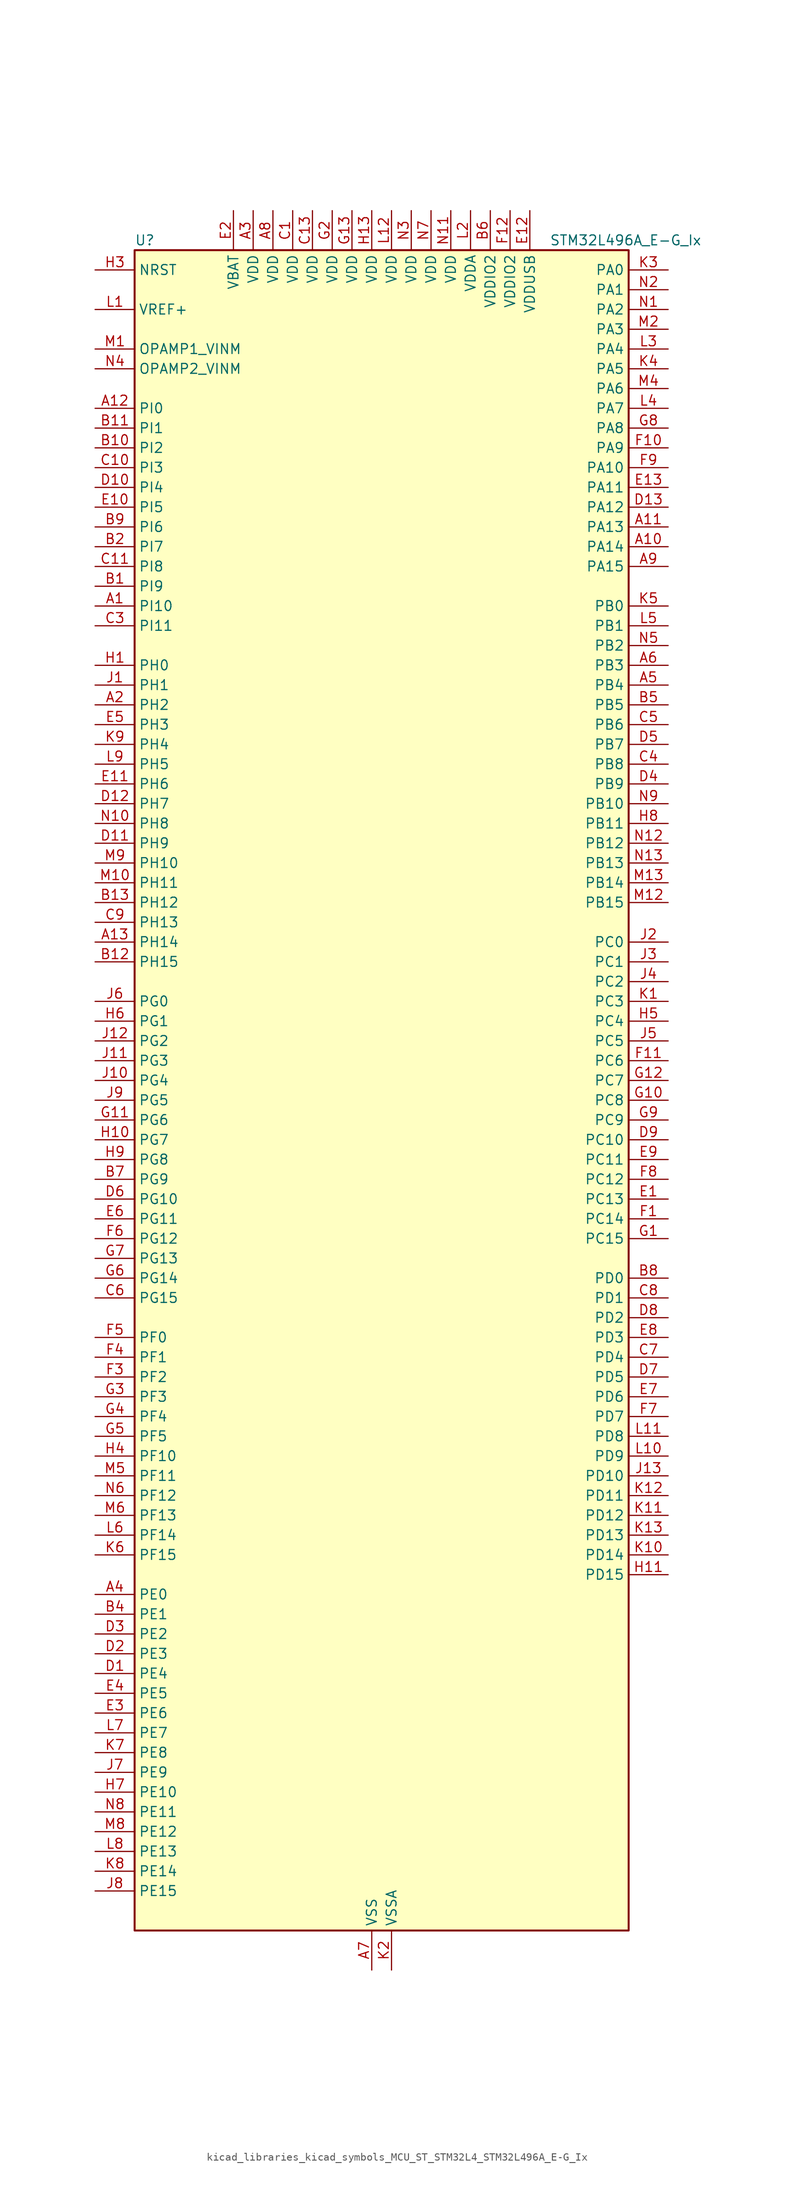
<source format=kicad_sym>
(kicad_symbol_lib
  (version 20220914)
  (generator kicad_symbol_editor)
  (symbol "kicad_libraries_kicad_symbols_MCU_ST_STM32L4_STM32L496A_E-G_Ix"
    (property "Reference" "U"
      (at -30.48 110.49 0)
      (effects (font (size 1.27 1.27)) (justify left)))
    (property "Value" "STM32L496A_E-G_Ix"
      (at 22.86 110.49 0)
      (effects (font (size 1.27 1.27)) (justify left)))
    (property "ki_locked" ""
      (at 0 0 0)
      (effects (font (size 1.27 1.27))))
    (symbol "kicad_libraries_kicad_symbols_MCU_ST_STM32L4_STM32L496A_E-G_Ix_0_1"
      (rectangle (start -30.48 -106.68) (end 33.02 109.22) (stroke (width 0.254) (type default)) (fill (type background))))
    (symbol "kicad_libraries_kicad_symbols_MCU_ST_STM32L4_STM32L496A_E-G_Ix_1_1"
      (pin bidirectional line (at -35.56 63.5 0) (length 5.08) (name "PI10" (effects (font (size 1.27 1.27)))) (number "A1" (effects (font (size 1.27 1.27)))))
      (pin bidirectional line (at 38.1 71.12 180) (length 5.08) (name "PA14" (effects (font (size 1.27 1.27)))) (number "A10" (effects (font (size 1.27 1.27)))) (alternate "I2C1_SMBA" bidirectional line) (alternate "I2C4_SMBA" bidirectional line) (alternate "LPTIM1_OUT" bidirectional line) (alternate "SAI1_FS_B" bidirectional line) (alternate "SWPMI1_RX" bidirectional line) (alternate "SYS_JTCK-SWCLK" bidirectional line) (alternate "USB_OTG_FS_SOF" bidirectional line))
      (pin bidirectional line (at 38.1 73.66 180) (length 5.08) (name "PA13" (effects (font (size 1.27 1.27)))) (number "A11" (effects (font (size 1.27 1.27)))) (alternate "IR_OUT" bidirectional line) (alternate "SAI1_SD_B" bidirectional line) (alternate "SWPMI1_TX" bidirectional line) (alternate "SYS_JTMS-SWDIO" bidirectional line) (alternate "USB_OTG_FS_NOE" bidirectional line))
      (pin bidirectional line (at -35.56 88.9 0) (length 5.08) (name "PI0" (effects (font (size 1.27 1.27)))) (number "A12" (effects (font (size 1.27 1.27)))) (alternate "DCMI_D13" bidirectional line) (alternate "SPI2_NSS" bidirectional line) (alternate "TIM5_CH4" bidirectional line))
      (pin bidirectional line (at -35.56 20.32 0) (length 5.08) (name "PH14" (effects (font (size 1.27 1.27)))) (number "A13" (effects (font (size 1.27 1.27)))) (alternate "DCMI_D4" bidirectional line) (alternate "TIM8_CH2N" bidirectional line))
      (pin bidirectional line (at -35.56 50.8 0) (length 5.08) (name "PH2" (effects (font (size 1.27 1.27)))) (number "A2" (effects (font (size 1.27 1.27)))) (alternate "QUADSPI_BK2_IO0" bidirectional line))
      (pin power_in line (at -15.24 114.3 270) (length 5.08) (name "VDD" (effects (font (size 1.27 1.27)))) (number "A3" (effects (font (size 1.27 1.27)))))
      (pin bidirectional line (at -35.56 -63.5 0) (length 5.08) (name "PE0" (effects (font (size 1.27 1.27)))) (number "A4" (effects (font (size 1.27 1.27)))) (alternate "DCMI_D2" bidirectional line) (alternate "FMC_NBL0" bidirectional line) (alternate "LCD_SEG36" bidirectional line) (alternate "TIM16_CH1" bidirectional line) (alternate "TIM4_ETR" bidirectional line))
      (pin bidirectional line (at 38.1 53.34 180) (length 5.08) (name "PB4" (effects (font (size 1.27 1.27)))) (number "A5" (effects (font (size 1.27 1.27)))) (alternate "COMP2_INP" bidirectional line) (alternate "DCMI_D12" bidirectional line) (alternate "I2C3_SDA" bidirectional line) (alternate "LCD_SEG8" bidirectional line) (alternate "SAI1_MCLK_B" bidirectional line) (alternate "SPI1_MISO" bidirectional line) (alternate "SPI3_MISO" bidirectional line) (alternate "SYS_JTRST" bidirectional line) (alternate "TIM17_BKIN" bidirectional line) (alternate "TIM3_CH1" bidirectional line) (alternate "TSC_G2_IO1" bidirectional line) (alternate "UART5_DE" bidirectional line) (alternate "UART5_RTS" bidirectional line) (alternate "USART1_CTS" bidirectional line))
      (pin bidirectional line (at 38.1 55.88 180) (length 5.08) (name "PB3" (effects (font (size 1.27 1.27)))) (number "A6" (effects (font (size 1.27 1.27)))) (alternate "COMP2_INM" bidirectional line) (alternate "CRS_SYNC" bidirectional line) (alternate "LCD_SEG7" bidirectional line) (alternate "SAI1_SCK_B" bidirectional line) (alternate "SPI1_SCK" bidirectional line) (alternate "SPI3_SCK" bidirectional line) (alternate "SYS_JTDO-SWO" bidirectional line) (alternate "TIM2_CH2" bidirectional line) (alternate "USART1_DE" bidirectional line) (alternate "USART1_RTS" bidirectional line))
      (pin power_in line (at 0 -111.76 90) (length 5.08) (name "VSS" (effects (font (size 1.27 1.27)))) (number "A7" (effects (font (size 1.27 1.27)))))
      (pin power_in line (at -12.7 114.3 270) (length 5.08) (name "VDD" (effects (font (size 1.27 1.27)))) (number "A8" (effects (font (size 1.27 1.27)))))
      (pin bidirectional line (at 38.1 68.58 180) (length 5.08) (name "PA15" (effects (font (size 1.27 1.27)))) (number "A9" (effects (font (size 1.27 1.27)))) (alternate "ADC1_EXTI15" bidirectional line) (alternate "ADC2_EXTI15" bidirectional line) (alternate "ADC3_EXTI15" bidirectional line) (alternate "LCD_SEG17" bidirectional line) (alternate "SAI2_FS_B" bidirectional line) (alternate "SPI1_NSS" bidirectional line) (alternate "SPI3_NSS" bidirectional line) (alternate "SWPMI1_SUSPEND" bidirectional line) (alternate "SYS_JTDI" bidirectional line) (alternate "TIM2_CH1" bidirectional line) (alternate "TIM2_ETR" bidirectional line) (alternate "TSC_G3_IO1" bidirectional line) (alternate "UART4_DE" bidirectional line) (alternate "UART4_RTS" bidirectional line) (alternate "USART2_RX" bidirectional line) (alternate "USART3_DE" bidirectional line) (alternate "USART3_RTS" bidirectional line))
      (pin bidirectional line (at -35.56 66.04 0) (length 5.08) (name "PI9" (effects (font (size 1.27 1.27)))) (number "B1" (effects (font (size 1.27 1.27)))) (alternate "CAN1_RX" bidirectional line) (alternate "DAC1_EXTI9" bidirectional line))
      (pin bidirectional line (at -35.56 83.82 0) (length 5.08) (name "PI2" (effects (font (size 1.27 1.27)))) (number "B10" (effects (font (size 1.27 1.27)))) (alternate "DCMI_D9" bidirectional line) (alternate "SPI2_MISO" bidirectional line) (alternate "TIM8_CH4" bidirectional line))
      (pin bidirectional line (at -35.56 86.36 0) (length 5.08) (name "PI1" (effects (font (size 1.27 1.27)))) (number "B11" (effects (font (size 1.27 1.27)))) (alternate "DCMI_D8" bidirectional line) (alternate "SPI2_SCK" bidirectional line))
      (pin bidirectional line (at -35.56 17.78 0) (length 5.08) (name "PH15" (effects (font (size 1.27 1.27)))) (number "B12" (effects (font (size 1.27 1.27)))) (alternate "ADC1_EXTI15" bidirectional line) (alternate "ADC2_EXTI15" bidirectional line) (alternate "ADC3_EXTI15" bidirectional line) (alternate "DCMI_D11" bidirectional line) (alternate "TIM8_CH3N" bidirectional line))
      (pin bidirectional line (at -35.56 25.4 0) (length 5.08) (name "PH12" (effects (font (size 1.27 1.27)))) (number "B13" (effects (font (size 1.27 1.27)))) (alternate "DCMI_D3" bidirectional line) (alternate "TIM5_CH3" bidirectional line))
      (pin bidirectional line (at -35.56 71.12 0) (length 5.08) (name "PI7" (effects (font (size 1.27 1.27)))) (number "B2" (effects (font (size 1.27 1.27)))) (alternate "DCMI_D7" bidirectional line) (alternate "TIM8_CH3" bidirectional line))
      (pin passive line (at 0 -111.76 90) (length 5.08) hide (name "VSS" (effects (font (size 1.27 1.27)))) (number "B3" (effects (font (size 1.27 1.27)))))
      (pin bidirectional line (at -35.56 -66.04 0) (length 5.08) (name "PE1" (effects (font (size 1.27 1.27)))) (number "B4" (effects (font (size 1.27 1.27)))) (alternate "DCMI_D3" bidirectional line) (alternate "FMC_NBL1" bidirectional line) (alternate "LCD_SEG37" bidirectional line) (alternate "TIM17_CH1" bidirectional line))
      (pin bidirectional line (at 38.1 50.8 180) (length 5.08) (name "PB5" (effects (font (size 1.27 1.27)))) (number "B5" (effects (font (size 1.27 1.27)))) (alternate "CAN2_RX" bidirectional line) (alternate "COMP2_OUT" bidirectional line) (alternate "DCMI_D10" bidirectional line) (alternate "I2C1_SMBA" bidirectional line) (alternate "LCD_SEG9" bidirectional line) (alternate "LPTIM1_IN1" bidirectional line) (alternate "SAI1_SD_B" bidirectional line) (alternate "SPI1_MOSI" bidirectional line) (alternate "SPI3_MOSI" bidirectional line) (alternate "TIM16_BKIN" bidirectional line) (alternate "TIM3_CH2" bidirectional line) (alternate "TSC_G2_IO2" bidirectional line) (alternate "UART5_CTS" bidirectional line) (alternate "USART1_CK" bidirectional line))
      (pin power_in line (at 15.24 114.3 270) (length 5.08) (name "VDDIO2" (effects (font (size 1.27 1.27)))) (number "B6" (effects (font (size 1.27 1.27)))))
      (pin bidirectional line (at -35.56 -10.16 0) (length 5.08) (name "PG9" (effects (font (size 1.27 1.27)))) (number "B7" (effects (font (size 1.27 1.27)))) (alternate "DAC1_EXTI9" bidirectional line) (alternate "FMC_NCE" bidirectional line) (alternate "FMC_NE2" bidirectional line) (alternate "SAI2_SCK_A" bidirectional line) (alternate "SPI3_SCK" bidirectional line) (alternate "TIM15_CH1N" bidirectional line) (alternate "USART1_TX" bidirectional line))
      (pin bidirectional line (at 38.1 -22.86 180) (length 5.08) (name "PD0" (effects (font (size 1.27 1.27)))) (number "B8" (effects (font (size 1.27 1.27)))) (alternate "CAN1_RX" bidirectional line) (alternate "DFSDM1_DATIN7" bidirectional line) (alternate "FMC_D2" bidirectional line) (alternate "FMC_DA2" bidirectional line) (alternate "SPI2_NSS" bidirectional line))
      (pin bidirectional line (at -35.56 73.66 0) (length 5.08) (name "PI6" (effects (font (size 1.27 1.27)))) (number "B9" (effects (font (size 1.27 1.27)))) (alternate "DCMI_D6" bidirectional line) (alternate "TIM8_CH2" bidirectional line))
      (pin power_in line (at -10.16 114.3 270) (length 5.08) (name "VDD" (effects (font (size 1.27 1.27)))) (number "C1" (effects (font (size 1.27 1.27)))))
      (pin bidirectional line (at -35.56 81.28 0) (length 5.08) (name "PI3" (effects (font (size 1.27 1.27)))) (number "C10" (effects (font (size 1.27 1.27)))) (alternate "DCMI_D10" bidirectional line) (alternate "SPI2_MOSI" bidirectional line) (alternate "TIM8_ETR" bidirectional line))
      (pin bidirectional line (at -35.56 68.58 0) (length 5.08) (name "PI8" (effects (font (size 1.27 1.27)))) (number "C11" (effects (font (size 1.27 1.27)))) (alternate "DCMI_D12" bidirectional line))
      (pin passive line (at 0 -111.76 90) (length 5.08) hide (name "VSS" (effects (font (size 1.27 1.27)))) (number "C12" (effects (font (size 1.27 1.27)))))
      (pin power_in line (at -7.62 114.3 270) (length 5.08) (name "VDD" (effects (font (size 1.27 1.27)))) (number "C13" (effects (font (size 1.27 1.27)))))
      (pin passive line (at 0 -111.76 90) (length 5.08) hide (name "VSS" (effects (font (size 1.27 1.27)))) (number "C2" (effects (font (size 1.27 1.27)))))
      (pin bidirectional line (at -35.56 60.96 0) (length 5.08) (name "PI11" (effects (font (size 1.27 1.27)))) (number "C3" (effects (font (size 1.27 1.27)))) (alternate "ADC1_EXTI11" bidirectional line) (alternate "ADC2_EXTI11" bidirectional line) (alternate "ADC3_EXTI11" bidirectional line))
      (pin bidirectional line (at 38.1 43.18 180) (length 5.08) (name "PB8" (effects (font (size 1.27 1.27)))) (number "C4" (effects (font (size 1.27 1.27)))) (alternate "CAN1_RX" bidirectional line) (alternate "DCMI_D6" bidirectional line) (alternate "DFSDM1_DATIN6" bidirectional line) (alternate "I2C1_SCL" bidirectional line) (alternate "LCD_SEG16" bidirectional line) (alternate "SAI1_MCLK_A" bidirectional line) (alternate "SDMMC1_D4" bidirectional line) (alternate "TIM16_CH1" bidirectional line) (alternate "TIM4_CH3" bidirectional line))
      (pin bidirectional line (at 38.1 48.26 180) (length 5.08) (name "PB6" (effects (font (size 1.27 1.27)))) (number "C5" (effects (font (size 1.27 1.27)))) (alternate "CAN2_TX" bidirectional line) (alternate "COMP2_INP" bidirectional line) (alternate "DCMI_D5" bidirectional line) (alternate "DFSDM1_DATIN5" bidirectional line) (alternate "I2C1_SCL" bidirectional line) (alternate "I2C4_SCL" bidirectional line) (alternate "LPTIM1_ETR" bidirectional line) (alternate "SAI1_FS_B" bidirectional line) (alternate "TIM16_CH1N" bidirectional line) (alternate "TIM4_CH1" bidirectional line) (alternate "TIM8_BKIN2" bidirectional line) (alternate "TIM8_BKIN2_COMP2" bidirectional line) (alternate "TSC_G2_IO3" bidirectional line) (alternate "USART1_TX" bidirectional line))
      (pin bidirectional line (at -35.56 -25.4 0) (length 5.08) (name "PG15" (effects (font (size 1.27 1.27)))) (number "C6" (effects (font (size 1.27 1.27)))) (alternate "ADC1_EXTI15" bidirectional line) (alternate "ADC2_EXTI15" bidirectional line) (alternate "ADC3_EXTI15" bidirectional line) (alternate "DCMI_D13" bidirectional line) (alternate "I2C1_SMBA" bidirectional line) (alternate "LPTIM1_OUT" bidirectional line))
      (pin bidirectional line (at 38.1 -33.02 180) (length 5.08) (name "PD4" (effects (font (size 1.27 1.27)))) (number "C7" (effects (font (size 1.27 1.27)))) (alternate "DFSDM1_CKIN0" bidirectional line) (alternate "FMC_NOE" bidirectional line) (alternate "QUADSPI_BK2_IO0" bidirectional line) (alternate "SPI2_MOSI" bidirectional line) (alternate "USART2_DE" bidirectional line) (alternate "USART2_RTS" bidirectional line))
      (pin bidirectional line (at 38.1 -25.4 180) (length 5.08) (name "PD1" (effects (font (size 1.27 1.27)))) (number "C8" (effects (font (size 1.27 1.27)))) (alternate "CAN1_TX" bidirectional line) (alternate "DFSDM1_CKIN7" bidirectional line) (alternate "FMC_D3" bidirectional line) (alternate "FMC_DA3" bidirectional line) (alternate "SPI2_SCK" bidirectional line))
      (pin bidirectional line (at -35.56 22.86 0) (length 5.08) (name "PH13" (effects (font (size 1.27 1.27)))) (number "C9" (effects (font (size 1.27 1.27)))) (alternate "CAN1_TX" bidirectional line) (alternate "TIM8_CH1N" bidirectional line))
      (pin bidirectional line (at -35.56 -73.66 0) (length 5.08) (name "PE4" (effects (font (size 1.27 1.27)))) (number "D1" (effects (font (size 1.27 1.27)))) (alternate "DCMI_D4" bidirectional line) (alternate "DFSDM1_DATIN3" bidirectional line) (alternate "FMC_A20" bidirectional line) (alternate "SAI1_FS_A" bidirectional line) (alternate "SYS_TRACED1" bidirectional line) (alternate "TIM3_CH2" bidirectional line) (alternate "TSC_G7_IO3" bidirectional line))
      (pin bidirectional line (at -35.56 78.74 0) (length 5.08) (name "PI4" (effects (font (size 1.27 1.27)))) (number "D10" (effects (font (size 1.27 1.27)))) (alternate "DCMI_D5" bidirectional line) (alternate "TIM8_BKIN" bidirectional line))
      (pin bidirectional line (at -35.56 33.02 0) (length 5.08) (name "PH9" (effects (font (size 1.27 1.27)))) (number "D11" (effects (font (size 1.27 1.27)))) (alternate "DAC1_EXTI9" bidirectional line) (alternate "DCMI_D0" bidirectional line) (alternate "I2C3_SMBA" bidirectional line))
      (pin bidirectional line (at -35.56 38.1 0) (length 5.08) (name "PH7" (effects (font (size 1.27 1.27)))) (number "D12" (effects (font (size 1.27 1.27)))) (alternate "DCMI_D9" bidirectional line) (alternate "I2C3_SCL" bidirectional line))
      (pin bidirectional line (at 38.1 76.2 180) (length 5.08) (name "PA12" (effects (font (size 1.27 1.27)))) (number "D13" (effects (font (size 1.27 1.27)))) (alternate "CAN1_TX" bidirectional line) (alternate "SPI1_MOSI" bidirectional line) (alternate "TIM1_ETR" bidirectional line) (alternate "USART1_DE" bidirectional line) (alternate "USART1_RTS" bidirectional line) (alternate "USB_OTG_FS_DP" bidirectional line))
      (pin bidirectional line (at -35.56 -71.12 0) (length 5.08) (name "PE3" (effects (font (size 1.27 1.27)))) (number "D2" (effects (font (size 1.27 1.27)))) (alternate "FMC_A19" bidirectional line) (alternate "LCD_SEG39" bidirectional line) (alternate "SAI1_SD_B" bidirectional line) (alternate "SYS_TRACED0" bidirectional line) (alternate "TIM3_CH1" bidirectional line) (alternate "TSC_G7_IO2" bidirectional line))
      (pin bidirectional line (at -35.56 -68.58 0) (length 5.08) (name "PE2" (effects (font (size 1.27 1.27)))) (number "D3" (effects (font (size 1.27 1.27)))) (alternate "FMC_A23" bidirectional line) (alternate "LCD_SEG38" bidirectional line) (alternate "SAI1_MCLK_A" bidirectional line) (alternate "SYS_TRACECLK" bidirectional line) (alternate "TIM3_ETR" bidirectional line) (alternate "TSC_G7_IO1" bidirectional line))
      (pin bidirectional line (at 38.1 40.64 180) (length 5.08) (name "PB9" (effects (font (size 1.27 1.27)))) (number "D4" (effects (font (size 1.27 1.27)))) (alternate "CAN1_TX" bidirectional line) (alternate "DAC1_EXTI9" bidirectional line) (alternate "DCMI_D7" bidirectional line) (alternate "DFSDM1_CKIN6" bidirectional line) (alternate "I2C1_SDA" bidirectional line) (alternate "IR_OUT" bidirectional line) (alternate "LCD_COM3" bidirectional line) (alternate "SAI1_FS_A" bidirectional line) (alternate "SDMMC1_D5" bidirectional line) (alternate "SPI2_NSS" bidirectional line) (alternate "TIM17_CH1" bidirectional line) (alternate "TIM4_CH4" bidirectional line))
      (pin bidirectional line (at 38.1 45.72 180) (length 5.08) (name "PB7" (effects (font (size 1.27 1.27)))) (number "D5" (effects (font (size 1.27 1.27)))) (alternate "COMP2_INM" bidirectional line) (alternate "DCMI_VSYNC" bidirectional line) (alternate "DFSDM1_CKIN5" bidirectional line) (alternate "FMC_NL" bidirectional line) (alternate "I2C1_SDA" bidirectional line) (alternate "I2C4_SDA" bidirectional line) (alternate "LCD_SEG21" bidirectional line) (alternate "LPTIM1_IN2" bidirectional line) (alternate "SYS_PVD_IN" bidirectional line) (alternate "TIM17_CH1N" bidirectional line) (alternate "TIM4_CH2" bidirectional line) (alternate "TIM8_BKIN" bidirectional line) (alternate "TIM8_BKIN_COMP1" bidirectional line) (alternate "TSC_G2_IO4" bidirectional line) (alternate "UART4_CTS" bidirectional line) (alternate "USART1_RX" bidirectional line))
      (pin bidirectional line (at -35.56 -12.7 0) (length 5.08) (name "PG10" (effects (font (size 1.27 1.27)))) (number "D6" (effects (font (size 1.27 1.27)))) (alternate "FMC_NE3" bidirectional line) (alternate "LPTIM1_IN1" bidirectional line) (alternate "SAI2_FS_A" bidirectional line) (alternate "SPI3_MISO" bidirectional line) (alternate "TIM15_CH1" bidirectional line) (alternate "USART1_RX" bidirectional line))
      (pin bidirectional line (at 38.1 -35.56 180) (length 5.08) (name "PD5" (effects (font (size 1.27 1.27)))) (number "D7" (effects (font (size 1.27 1.27)))) (alternate "FMC_NWE" bidirectional line) (alternate "QUADSPI_BK2_IO1" bidirectional line) (alternate "USART2_TX" bidirectional line))
      (pin bidirectional line (at 38.1 -27.94 180) (length 5.08) (name "PD2" (effects (font (size 1.27 1.27)))) (number "D8" (effects (font (size 1.27 1.27)))) (alternate "DCMI_D11" bidirectional line) (alternate "LCD_COM7" bidirectional line) (alternate "LCD_SEG31" bidirectional line) (alternate "LCD_SEG43" bidirectional line) (alternate "SDMMC1_CMD" bidirectional line) (alternate "SYS_TRACED2" bidirectional line) (alternate "TIM3_ETR" bidirectional line) (alternate "TSC_SYNC" bidirectional line) (alternate "UART5_RX" bidirectional line) (alternate "USART3_DE" bidirectional line) (alternate "USART3_RTS" bidirectional line))
      (pin bidirectional line (at 38.1 -5.08 180) (length 5.08) (name "PC10" (effects (font (size 1.27 1.27)))) (number "D9" (effects (font (size 1.27 1.27)))) (alternate "DCMI_D8" bidirectional line) (alternate "LCD_COM4" bidirectional line) (alternate "LCD_SEG28" bidirectional line) (alternate "LCD_SEG40" bidirectional line) (alternate "SAI2_SCK_B" bidirectional line) (alternate "SDMMC1_D2" bidirectional line) (alternate "SPI3_SCK" bidirectional line) (alternate "SYS_TRACED1" bidirectional line) (alternate "TSC_G3_IO2" bidirectional line) (alternate "UART4_TX" bidirectional line) (alternate "USART3_TX" bidirectional line))
      (pin bidirectional line (at 38.1 -12.7 180) (length 5.08) (name "PC13" (effects (font (size 1.27 1.27)))) (number "E1" (effects (font (size 1.27 1.27)))) (alternate "RTC_OUT_ALARM" bidirectional line) (alternate "RTC_OUT_CALIB" bidirectional line) (alternate "RTC_TAMP1" bidirectional line) (alternate "RTC_TS" bidirectional line) (alternate "SYS_WKUP2" bidirectional line))
      (pin bidirectional line (at -35.56 76.2 0) (length 5.08) (name "PI5" (effects (font (size 1.27 1.27)))) (number "E10" (effects (font (size 1.27 1.27)))) (alternate "DCMI_VSYNC" bidirectional line) (alternate "TIM8_CH1" bidirectional line))
      (pin bidirectional line (at -35.56 40.64 0) (length 5.08) (name "PH6" (effects (font (size 1.27 1.27)))) (number "E11" (effects (font (size 1.27 1.27)))) (alternate "DCMI_D8" bidirectional line) (alternate "I2C2_SMBA" bidirectional line))
      (pin power_in line (at 20.32 114.3 270) (length 5.08) (name "VDDUSB" (effects (font (size 1.27 1.27)))) (number "E12" (effects (font (size 1.27 1.27)))))
      (pin bidirectional line (at 38.1 78.74 180) (length 5.08) (name "PA11" (effects (font (size 1.27 1.27)))) (number "E13" (effects (font (size 1.27 1.27)))) (alternate "ADC1_EXTI11" bidirectional line) (alternate "ADC2_EXTI11" bidirectional line) (alternate "ADC3_EXTI11" bidirectional line) (alternate "CAN1_RX" bidirectional line) (alternate "SPI1_MISO" bidirectional line) (alternate "TIM1_BKIN2" bidirectional line) (alternate "TIM1_BKIN2_COMP1" bidirectional line) (alternate "TIM1_CH4" bidirectional line) (alternate "USART1_CTS" bidirectional line) (alternate "USB_OTG_FS_DM" bidirectional line))
      (pin power_in line (at -17.78 114.3 270) (length 5.08) (name "VBAT" (effects (font (size 1.27 1.27)))) (number "E2" (effects (font (size 1.27 1.27)))))
      (pin bidirectional line (at -35.56 -78.74 0) (length 5.08) (name "PE6" (effects (font (size 1.27 1.27)))) (number "E3" (effects (font (size 1.27 1.27)))) (alternate "DCMI_D7" bidirectional line) (alternate "FMC_A22" bidirectional line) (alternate "RTC_TAMP3" bidirectional line) (alternate "SAI1_SD_A" bidirectional line) (alternate "SYS_TRACED3" bidirectional line) (alternate "SYS_WKUP3" bidirectional line) (alternate "TIM3_CH4" bidirectional line))
      (pin bidirectional line (at -35.56 -76.2 0) (length 5.08) (name "PE5" (effects (font (size 1.27 1.27)))) (number "E4" (effects (font (size 1.27 1.27)))) (alternate "DCMI_D6" bidirectional line) (alternate "DFSDM1_CKIN3" bidirectional line) (alternate "FMC_A21" bidirectional line) (alternate "SAI1_SCK_A" bidirectional line) (alternate "SYS_TRACED2" bidirectional line) (alternate "TIM3_CH3" bidirectional line) (alternate "TSC_G7_IO4" bidirectional line))
      (pin bidirectional line (at -35.56 48.26 0) (length 5.08) (name "PH3" (effects (font (size 1.27 1.27)))) (number "E5" (effects (font (size 1.27 1.27)))))
      (pin bidirectional line (at -35.56 -15.24 0) (length 5.08) (name "PG11" (effects (font (size 1.27 1.27)))) (number "E6" (effects (font (size 1.27 1.27)))) (alternate "ADC1_EXTI11" bidirectional line) (alternate "ADC2_EXTI11" bidirectional line) (alternate "ADC3_EXTI11" bidirectional line) (alternate "LPTIM1_IN2" bidirectional line) (alternate "SAI2_MCLK_A" bidirectional line) (alternate "SPI3_MOSI" bidirectional line) (alternate "TIM15_CH2" bidirectional line) (alternate "USART1_CTS" bidirectional line))
      (pin bidirectional line (at 38.1 -38.1 180) (length 5.08) (name "PD6" (effects (font (size 1.27 1.27)))) (number "E7" (effects (font (size 1.27 1.27)))) (alternate "DCMI_D10" bidirectional line) (alternate "DFSDM1_DATIN1" bidirectional line) (alternate "FMC_NWAIT" bidirectional line) (alternate "QUADSPI_BK2_IO1" bidirectional line) (alternate "QUADSPI_BK2_IO2" bidirectional line) (alternate "SAI1_SD_A" bidirectional line) (alternate "USART2_RX" bidirectional line))
      (pin bidirectional line (at 38.1 -30.48 180) (length 5.08) (name "PD3" (effects (font (size 1.27 1.27)))) (number "E8" (effects (font (size 1.27 1.27)))) (alternate "DCMI_D5" bidirectional line) (alternate "DFSDM1_DATIN0" bidirectional line) (alternate "FMC_CLK" bidirectional line) (alternate "QUADSPI_BK2_NCS" bidirectional line) (alternate "SPI2_MISO" bidirectional line) (alternate "SPI2_SCK" bidirectional line) (alternate "USART2_CTS" bidirectional line))
      (pin bidirectional line (at 38.1 -7.62 180) (length 5.08) (name "PC11" (effects (font (size 1.27 1.27)))) (number "E9" (effects (font (size 1.27 1.27)))) (alternate "ADC1_EXTI11" bidirectional line) (alternate "ADC2_EXTI11" bidirectional line) (alternate "ADC3_EXTI11" bidirectional line) (alternate "DCMI_D4" bidirectional line) (alternate "LCD_COM5" bidirectional line) (alternate "LCD_SEG29" bidirectional line) (alternate "LCD_SEG41" bidirectional line) (alternate "QUADSPI_BK2_NCS" bidirectional line) (alternate "SAI2_MCLK_B" bidirectional line) (alternate "SDMMC1_D3" bidirectional line) (alternate "SPI3_MISO" bidirectional line) (alternate "TSC_G3_IO3" bidirectional line) (alternate "UART4_RX" bidirectional line) (alternate "USART3_RX" bidirectional line))
      (pin bidirectional line (at 38.1 -15.24 180) (length 5.08) (name "PC14" (effects (font (size 1.27 1.27)))) (number "F1" (effects (font (size 1.27 1.27)))) (alternate "RCC_OSC32_IN" bidirectional line))
      (pin bidirectional line (at 38.1 83.82 180) (length 5.08) (name "PA9" (effects (font (size 1.27 1.27)))) (number "F10" (effects (font (size 1.27 1.27)))) (alternate "DAC1_EXTI9" bidirectional line) (alternate "DCMI_D0" bidirectional line) (alternate "LCD_COM1" bidirectional line) (alternate "SAI1_FS_A" bidirectional line) (alternate "SPI2_SCK" bidirectional line) (alternate "TIM15_BKIN" bidirectional line) (alternate "TIM1_CH2" bidirectional line) (alternate "USART1_TX" bidirectional line) (alternate "USB_OTG_FS_VBUS" bidirectional line))
      (pin bidirectional line (at 38.1 5.08 180) (length 5.08) (name "PC6" (effects (font (size 1.27 1.27)))) (number "F11" (effects (font (size 1.27 1.27)))) (alternate "DCMI_D0" bidirectional line) (alternate "DFSDM1_CKIN3" bidirectional line) (alternate "LCD_SEG24" bidirectional line) (alternate "SAI2_MCLK_A" bidirectional line) (alternate "SDMMC1_D6" bidirectional line) (alternate "TIM3_CH1" bidirectional line) (alternate "TIM8_CH1" bidirectional line) (alternate "TSC_G4_IO1" bidirectional line))
      (pin power_in line (at 17.78 114.3 270) (length 5.08) (name "VDDIO2" (effects (font (size 1.27 1.27)))) (number "F12" (effects (font (size 1.27 1.27)))))
      (pin passive line (at 0 -111.76 90) (length 5.08) hide (name "VSS" (effects (font (size 1.27 1.27)))) (number "F13" (effects (font (size 1.27 1.27)))))
      (pin passive line (at 0 -111.76 90) (length 5.08) hide (name "VSS" (effects (font (size 1.27 1.27)))) (number "F2" (effects (font (size 1.27 1.27)))))
      (pin bidirectional line (at -35.56 -35.56 0) (length 5.08) (name "PF2" (effects (font (size 1.27 1.27)))) (number "F3" (effects (font (size 1.27 1.27)))) (alternate "FMC_A2" bidirectional line) (alternate "I2C2_SMBA" bidirectional line))
      (pin bidirectional line (at -35.56 -33.02 0) (length 5.08) (name "PF1" (effects (font (size 1.27 1.27)))) (number "F4" (effects (font (size 1.27 1.27)))) (alternate "FMC_A1" bidirectional line) (alternate "I2C2_SCL" bidirectional line))
      (pin bidirectional line (at -35.56 -30.48 0) (length 5.08) (name "PF0" (effects (font (size 1.27 1.27)))) (number "F5" (effects (font (size 1.27 1.27)))) (alternate "FMC_A0" bidirectional line) (alternate "I2C2_SDA" bidirectional line))
      (pin bidirectional line (at -35.56 -17.78 0) (length 5.08) (name "PG12" (effects (font (size 1.27 1.27)))) (number "F6" (effects (font (size 1.27 1.27)))) (alternate "FMC_NE4" bidirectional line) (alternate "LPTIM1_ETR" bidirectional line) (alternate "SAI2_SD_A" bidirectional line) (alternate "SPI3_NSS" bidirectional line) (alternate "USART1_DE" bidirectional line) (alternate "USART1_RTS" bidirectional line))
      (pin bidirectional line (at 38.1 -40.64 180) (length 5.08) (name "PD7" (effects (font (size 1.27 1.27)))) (number "F7" (effects (font (size 1.27 1.27)))) (alternate "DFSDM1_CKIN1" bidirectional line) (alternate "FMC_NE1" bidirectional line) (alternate "QUADSPI_BK2_IO3" bidirectional line) (alternate "USART2_CK" bidirectional line))
      (pin bidirectional line (at 38.1 -10.16 180) (length 5.08) (name "PC12" (effects (font (size 1.27 1.27)))) (number "F8" (effects (font (size 1.27 1.27)))) (alternate "DCMI_D9" bidirectional line) (alternate "LCD_COM6" bidirectional line) (alternate "LCD_SEG30" bidirectional line) (alternate "LCD_SEG42" bidirectional line) (alternate "SAI2_SD_B" bidirectional line) (alternate "SDMMC1_CK" bidirectional line) (alternate "SPI3_MOSI" bidirectional line) (alternate "SYS_TRACED3" bidirectional line) (alternate "TSC_G3_IO4" bidirectional line) (alternate "UART5_TX" bidirectional line) (alternate "USART3_CK" bidirectional line))
      (pin bidirectional line (at 38.1 81.28 180) (length 5.08) (name "PA10" (effects (font (size 1.27 1.27)))) (number "F9" (effects (font (size 1.27 1.27)))) (alternate "DCMI_D1" bidirectional line) (alternate "LCD_COM2" bidirectional line) (alternate "SAI1_SD_A" bidirectional line) (alternate "TIM17_BKIN" bidirectional line) (alternate "TIM1_CH3" bidirectional line) (alternate "USART1_RX" bidirectional line) (alternate "USB_OTG_FS_ID" bidirectional line))
      (pin bidirectional line (at 38.1 -17.78 180) (length 5.08) (name "PC15" (effects (font (size 1.27 1.27)))) (number "G1" (effects (font (size 1.27 1.27)))) (alternate "ADC1_EXTI15" bidirectional line) (alternate "ADC2_EXTI15" bidirectional line) (alternate "ADC3_EXTI15" bidirectional line) (alternate "RCC_OSC32_OUT" bidirectional line))
      (pin bidirectional line (at 38.1 0 180) (length 5.08) (name "PC8" (effects (font (size 1.27 1.27)))) (number "G10" (effects (font (size 1.27 1.27)))) (alternate "DCMI_D2" bidirectional line) (alternate "LCD_SEG26" bidirectional line) (alternate "SDMMC1_D0" bidirectional line) (alternate "TIM3_CH3" bidirectional line) (alternate "TIM8_CH3" bidirectional line) (alternate "TSC_G4_IO3" bidirectional line))
      (pin bidirectional line (at -35.56 -2.54 0) (length 5.08) (name "PG6" (effects (font (size 1.27 1.27)))) (number "G11" (effects (font (size 1.27 1.27)))) (alternate "I2C3_SMBA" bidirectional line) (alternate "LPUART1_DE" bidirectional line) (alternate "LPUART1_RTS" bidirectional line))
      (pin bidirectional line (at 38.1 2.54 180) (length 5.08) (name "PC7" (effects (font (size 1.27 1.27)))) (number "G12" (effects (font (size 1.27 1.27)))) (alternate "DCMI_D1" bidirectional line) (alternate "DFSDM1_DATIN3" bidirectional line) (alternate "LCD_SEG25" bidirectional line) (alternate "SAI2_MCLK_B" bidirectional line) (alternate "SDMMC1_D7" bidirectional line) (alternate "TIM3_CH2" bidirectional line) (alternate "TIM8_CH2" bidirectional line) (alternate "TSC_G4_IO2" bidirectional line))
      (pin power_in line (at -2.54 114.3 270) (length 5.08) (name "VDD" (effects (font (size 1.27 1.27)))) (number "G13" (effects (font (size 1.27 1.27)))))
      (pin power_in line (at -5.08 114.3 270) (length 5.08) (name "VDD" (effects (font (size 1.27 1.27)))) (number "G2" (effects (font (size 1.27 1.27)))))
      (pin bidirectional line (at -35.56 -38.1 0) (length 5.08) (name "PF3" (effects (font (size 1.27 1.27)))) (number "G3" (effects (font (size 1.27 1.27)))) (alternate "ADC3_IN6" bidirectional line) (alternate "FMC_A3" bidirectional line))
      (pin bidirectional line (at -35.56 -40.64 0) (length 5.08) (name "PF4" (effects (font (size 1.27 1.27)))) (number "G4" (effects (font (size 1.27 1.27)))) (alternate "ADC3_IN7" bidirectional line) (alternate "FMC_A4" bidirectional line))
      (pin bidirectional line (at -35.56 -43.18 0) (length 5.08) (name "PF5" (effects (font (size 1.27 1.27)))) (number "G5" (effects (font (size 1.27 1.27)))) (alternate "ADC3_IN8" bidirectional line) (alternate "FMC_A5" bidirectional line))
      (pin bidirectional line (at -35.56 -22.86 0) (length 5.08) (name "PG14" (effects (font (size 1.27 1.27)))) (number "G6" (effects (font (size 1.27 1.27)))) (alternate "FMC_A25" bidirectional line) (alternate "I2C1_SCL" bidirectional line))
      (pin bidirectional line (at -35.56 -20.32 0) (length 5.08) (name "PG13" (effects (font (size 1.27 1.27)))) (number "G7" (effects (font (size 1.27 1.27)))) (alternate "FMC_A24" bidirectional line) (alternate "I2C1_SDA" bidirectional line) (alternate "USART1_CK" bidirectional line))
      (pin bidirectional line (at 38.1 86.36 180) (length 5.08) (name "PA8" (effects (font (size 1.27 1.27)))) (number "G8" (effects (font (size 1.27 1.27)))) (alternate "LCD_COM0" bidirectional line) (alternate "LPTIM2_OUT" bidirectional line) (alternate "RCC_MCO" bidirectional line) (alternate "SAI1_SCK_A" bidirectional line) (alternate "SWPMI1_IO" bidirectional line) (alternate "TIM1_CH1" bidirectional line) (alternate "USART1_CK" bidirectional line) (alternate "USB_OTG_FS_SOF" bidirectional line))
      (pin bidirectional line (at 38.1 -2.54 180) (length 5.08) (name "PC9" (effects (font (size 1.27 1.27)))) (number "G9" (effects (font (size 1.27 1.27)))) (alternate "DAC1_EXTI9" bidirectional line) (alternate "DCMI_D3" bidirectional line) (alternate "I2C3_SDA" bidirectional line) (alternate "LCD_SEG27" bidirectional line) (alternate "SAI2_EXTCLK" bidirectional line) (alternate "SDMMC1_D1" bidirectional line) (alternate "TIM3_CH4" bidirectional line) (alternate "TIM8_BKIN2" bidirectional line) (alternate "TIM8_BKIN2_COMP1" bidirectional line) (alternate "TIM8_CH4" bidirectional line) (alternate "TSC_G4_IO4" bidirectional line) (alternate "USB_OTG_FS_NOE" bidirectional line))
      (pin bidirectional line (at -35.56 55.88 0) (length 5.08) (name "PH0" (effects (font (size 1.27 1.27)))) (number "H1" (effects (font (size 1.27 1.27)))) (alternate "RCC_OSC_IN" bidirectional line))
      (pin bidirectional line (at -35.56 -5.08 0) (length 5.08) (name "PG7" (effects (font (size 1.27 1.27)))) (number "H10" (effects (font (size 1.27 1.27)))) (alternate "FMC_INT" bidirectional line) (alternate "I2C3_SCL" bidirectional line) (alternate "LPUART1_TX" bidirectional line) (alternate "SAI1_MCLK_A" bidirectional line))
      (pin bidirectional line (at 38.1 -60.96 180) (length 5.08) (name "PD15" (effects (font (size 1.27 1.27)))) (number "H11" (effects (font (size 1.27 1.27)))) (alternate "ADC1_EXTI15" bidirectional line) (alternate "ADC2_EXTI15" bidirectional line) (alternate "ADC3_EXTI15" bidirectional line) (alternate "FMC_D1" bidirectional line) (alternate "FMC_DA1" bidirectional line) (alternate "LCD_SEG35" bidirectional line) (alternate "TIM4_CH4" bidirectional line))
      (pin passive line (at 0 -111.76 90) (length 5.08) hide (name "VSS" (effects (font (size 1.27 1.27)))) (number "H12" (effects (font (size 1.27 1.27)))))
      (pin power_in line (at 0 114.3 270) (length 5.08) (name "VDD" (effects (font (size 1.27 1.27)))) (number "H13" (effects (font (size 1.27 1.27)))))
      (pin passive line (at 0 -111.76 90) (length 5.08) hide (name "VSS" (effects (font (size 1.27 1.27)))) (number "H2" (effects (font (size 1.27 1.27)))))
      (pin input line (at -35.56 106.68 0) (length 5.08) (name "NRST" (effects (font (size 1.27 1.27)))) (number "H3" (effects (font (size 1.27 1.27)))))
      (pin bidirectional line (at -35.56 -45.72 0) (length 5.08) (name "PF10" (effects (font (size 1.27 1.27)))) (number "H4" (effects (font (size 1.27 1.27)))) (alternate "ADC3_IN13" bidirectional line) (alternate "DCMI_D11" bidirectional line) (alternate "QUADSPI_CLK" bidirectional line) (alternate "TIM15_CH2" bidirectional line))
      (pin bidirectional line (at 38.1 10.16 180) (length 5.08) (name "PC4" (effects (font (size 1.27 1.27)))) (number "H5" (effects (font (size 1.27 1.27)))) (alternate "ADC1_IN13" bidirectional line) (alternate "ADC2_IN13" bidirectional line) (alternate "COMP1_INM" bidirectional line) (alternate "LCD_SEG22" bidirectional line) (alternate "QUADSPI_BK2_IO3" bidirectional line) (alternate "USART3_TX" bidirectional line))
      (pin bidirectional line (at -35.56 10.16 0) (length 5.08) (name "PG1" (effects (font (size 1.27 1.27)))) (number "H6" (effects (font (size 1.27 1.27)))) (alternate "FMC_A11" bidirectional line) (alternate "TSC_G8_IO4" bidirectional line))
      (pin bidirectional line (at -35.56 -88.9 0) (length 5.08) (name "PE10" (effects (font (size 1.27 1.27)))) (number "H7" (effects (font (size 1.27 1.27)))) (alternate "DFSDM1_DATIN4" bidirectional line) (alternate "FMC_D7" bidirectional line) (alternate "FMC_DA7" bidirectional line) (alternate "QUADSPI_CLK" bidirectional line) (alternate "SAI1_MCLK_B" bidirectional line) (alternate "TIM1_CH2N" bidirectional line) (alternate "TSC_G5_IO1" bidirectional line))
      (pin bidirectional line (at 38.1 35.56 180) (length 5.08) (name "PB11" (effects (font (size 1.27 1.27)))) (number "H8" (effects (font (size 1.27 1.27)))) (alternate "ADC1_EXTI11" bidirectional line) (alternate "ADC2_EXTI11" bidirectional line) (alternate "ADC3_EXTI11" bidirectional line) (alternate "COMP2_OUT" bidirectional line) (alternate "DFSDM1_CKIN7" bidirectional line) (alternate "I2C2_SDA" bidirectional line) (alternate "I2C4_SDA" bidirectional line) (alternate "LCD_SEG11" bidirectional line) (alternate "LPUART1_TX" bidirectional line) (alternate "QUADSPI_BK1_NCS" bidirectional line) (alternate "TIM2_CH4" bidirectional line) (alternate "USART3_RX" bidirectional line))
      (pin bidirectional line (at -35.56 -7.62 0) (length 5.08) (name "PG8" (effects (font (size 1.27 1.27)))) (number "H9" (effects (font (size 1.27 1.27)))) (alternate "I2C3_SDA" bidirectional line) (alternate "LPUART1_RX" bidirectional line))
      (pin bidirectional line (at -35.56 53.34 0) (length 5.08) (name "PH1" (effects (font (size 1.27 1.27)))) (number "J1" (effects (font (size 1.27 1.27)))) (alternate "RCC_OSC_OUT" bidirectional line))
      (pin bidirectional line (at -35.56 2.54 0) (length 5.08) (name "PG4" (effects (font (size 1.27 1.27)))) (number "J10" (effects (font (size 1.27 1.27)))) (alternate "FMC_A14" bidirectional line) (alternate "SAI2_MCLK_B" bidirectional line) (alternate "SPI1_MOSI" bidirectional line))
      (pin bidirectional line (at -35.56 5.08 0) (length 5.08) (name "PG3" (effects (font (size 1.27 1.27)))) (number "J11" (effects (font (size 1.27 1.27)))) (alternate "FMC_A13" bidirectional line) (alternate "SAI2_FS_B" bidirectional line) (alternate "SPI1_MISO" bidirectional line))
      (pin bidirectional line (at -35.56 7.62 0) (length 5.08) (name "PG2" (effects (font (size 1.27 1.27)))) (number "J12" (effects (font (size 1.27 1.27)))) (alternate "FMC_A12" bidirectional line) (alternate "SAI2_SCK_B" bidirectional line) (alternate "SPI1_SCK" bidirectional line))
      (pin bidirectional line (at 38.1 -48.26 180) (length 5.08) (name "PD10" (effects (font (size 1.27 1.27)))) (number "J13" (effects (font (size 1.27 1.27)))) (alternate "FMC_D15" bidirectional line) (alternate "FMC_DA15" bidirectional line) (alternate "LCD_SEG30" bidirectional line) (alternate "SAI2_SCK_A" bidirectional line) (alternate "TSC_G6_IO1" bidirectional line) (alternate "USART3_CK" bidirectional line))
      (pin bidirectional line (at 38.1 20.32 180) (length 5.08) (name "PC0" (effects (font (size 1.27 1.27)))) (number "J2" (effects (font (size 1.27 1.27)))) (alternate "ADC1_IN1" bidirectional line) (alternate "ADC2_IN1" bidirectional line) (alternate "ADC3_IN1" bidirectional line) (alternate "DFSDM1_DATIN4" bidirectional line) (alternate "I2C3_SCL" bidirectional line) (alternate "I2C4_SCL" bidirectional line) (alternate "LCD_SEG18" bidirectional line) (alternate "LPTIM1_IN1" bidirectional line) (alternate "LPTIM2_IN1" bidirectional line) (alternate "LPUART1_RX" bidirectional line))
      (pin bidirectional line (at 38.1 17.78 180) (length 5.08) (name "PC1" (effects (font (size 1.27 1.27)))) (number "J3" (effects (font (size 1.27 1.27)))) (alternate "ADC1_IN2" bidirectional line) (alternate "ADC2_IN2" bidirectional line) (alternate "ADC3_IN2" bidirectional line) (alternate "DFSDM1_CKIN4" bidirectional line) (alternate "I2C3_SDA" bidirectional line) (alternate "I2C4_SDA" bidirectional line) (alternate "LCD_SEG19" bidirectional line) (alternate "LPTIM1_OUT" bidirectional line) (alternate "LPUART1_TX" bidirectional line) (alternate "QUADSPI_BK2_IO0" bidirectional line) (alternate "SAI1_SD_A" bidirectional line) (alternate "SPI2_MOSI" bidirectional line) (alternate "SYS_TRACED0" bidirectional line))
      (pin bidirectional line (at 38.1 15.24 180) (length 5.08) (name "PC2" (effects (font (size 1.27 1.27)))) (number "J4" (effects (font (size 1.27 1.27)))) (alternate "ADC1_IN3" bidirectional line) (alternate "ADC2_IN3" bidirectional line) (alternate "ADC3_IN3" bidirectional line) (alternate "DFSDM1_CKOUT" bidirectional line) (alternate "LCD_SEG20" bidirectional line) (alternate "LPTIM1_IN2" bidirectional line) (alternate "QUADSPI_BK2_IO1" bidirectional line) (alternate "SPI2_MISO" bidirectional line))
      (pin bidirectional line (at 38.1 7.62 180) (length 5.08) (name "PC5" (effects (font (size 1.27 1.27)))) (number "J5" (effects (font (size 1.27 1.27)))) (alternate "ADC1_IN14" bidirectional line) (alternate "ADC2_IN14" bidirectional line) (alternate "COMP1_INP" bidirectional line) (alternate "LCD_SEG23" bidirectional line) (alternate "SYS_WKUP5" bidirectional line) (alternate "USART3_RX" bidirectional line))
      (pin bidirectional line (at -35.56 12.7 0) (length 5.08) (name "PG0" (effects (font (size 1.27 1.27)))) (number "J6" (effects (font (size 1.27 1.27)))) (alternate "FMC_A10" bidirectional line) (alternate "TSC_G8_IO3" bidirectional line))
      (pin bidirectional line (at -35.56 -86.36 0) (length 5.08) (name "PE9" (effects (font (size 1.27 1.27)))) (number "J7" (effects (font (size 1.27 1.27)))) (alternate "DAC1_EXTI9" bidirectional line) (alternate "DFSDM1_CKOUT" bidirectional line) (alternate "FMC_D6" bidirectional line) (alternate "FMC_DA6" bidirectional line) (alternate "SAI1_FS_B" bidirectional line) (alternate "TIM1_CH1" bidirectional line))
      (pin bidirectional line (at -35.56 -101.6 0) (length 5.08) (name "PE15" (effects (font (size 1.27 1.27)))) (number "J8" (effects (font (size 1.27 1.27)))) (alternate "ADC1_EXTI15" bidirectional line) (alternate "ADC2_EXTI15" bidirectional line) (alternate "ADC3_EXTI15" bidirectional line) (alternate "FMC_D12" bidirectional line) (alternate "FMC_DA12" bidirectional line) (alternate "QUADSPI_BK1_IO3" bidirectional line) (alternate "SPI1_MOSI" bidirectional line) (alternate "TIM1_BKIN" bidirectional line) (alternate "TIM1_BKIN_COMP1" bidirectional line))
      (pin bidirectional line (at -35.56 0 0) (length 5.08) (name "PG5" (effects (font (size 1.27 1.27)))) (number "J9" (effects (font (size 1.27 1.27)))) (alternate "FMC_A15" bidirectional line) (alternate "LPUART1_CTS" bidirectional line) (alternate "SAI2_SD_B" bidirectional line) (alternate "SPI1_NSS" bidirectional line))
      (pin bidirectional line (at 38.1 12.7 180) (length 5.08) (name "PC3" (effects (font (size 1.27 1.27)))) (number "K1" (effects (font (size 1.27 1.27)))) (alternate "ADC1_IN4" bidirectional line) (alternate "ADC2_IN4" bidirectional line) (alternate "ADC3_IN4" bidirectional line) (alternate "LCD_VLCD" bidirectional line) (alternate "LPTIM1_ETR" bidirectional line) (alternate "LPTIM2_ETR" bidirectional line) (alternate "QUADSPI_BK2_IO2" bidirectional line) (alternate "SAI1_SD_A" bidirectional line) (alternate "SPI2_MOSI" bidirectional line))
      (pin bidirectional line (at 38.1 -58.42 180) (length 5.08) (name "PD14" (effects (font (size 1.27 1.27)))) (number "K10" (effects (font (size 1.27 1.27)))) (alternate "FMC_D0" bidirectional line) (alternate "FMC_DA0" bidirectional line) (alternate "LCD_SEG34" bidirectional line) (alternate "TIM4_CH3" bidirectional line))
      (pin bidirectional line (at 38.1 -53.34 180) (length 5.08) (name "PD12" (effects (font (size 1.27 1.27)))) (number "K11" (effects (font (size 1.27 1.27)))) (alternate "FMC_A17" bidirectional line) (alternate "FMC_ALE" bidirectional line) (alternate "I2C4_SCL" bidirectional line) (alternate "LCD_SEG32" bidirectional line) (alternate "LPTIM2_IN1" bidirectional line) (alternate "SAI2_FS_A" bidirectional line) (alternate "TIM4_CH1" bidirectional line) (alternate "TSC_G6_IO3" bidirectional line) (alternate "USART3_DE" bidirectional line) (alternate "USART3_RTS" bidirectional line))
      (pin bidirectional line (at 38.1 -50.8 180) (length 5.08) (name "PD11" (effects (font (size 1.27 1.27)))) (number "K12" (effects (font (size 1.27 1.27)))) (alternate "ADC1_EXTI11" bidirectional line) (alternate "ADC2_EXTI11" bidirectional line) (alternate "ADC3_EXTI11" bidirectional line) (alternate "FMC_A16" bidirectional line) (alternate "FMC_CLE" bidirectional line) (alternate "I2C4_SMBA" bidirectional line) (alternate "LCD_SEG31" bidirectional line) (alternate "LPTIM2_ETR" bidirectional line) (alternate "SAI2_SD_A" bidirectional line) (alternate "TSC_G6_IO2" bidirectional line) (alternate "USART3_CTS" bidirectional line))
      (pin bidirectional line (at 38.1 -55.88 180) (length 5.08) (name "PD13" (effects (font (size 1.27 1.27)))) (number "K13" (effects (font (size 1.27 1.27)))) (alternate "FMC_A18" bidirectional line) (alternate "I2C4_SDA" bidirectional line) (alternate "LCD_SEG33" bidirectional line) (alternate "LPTIM2_OUT" bidirectional line) (alternate "TIM4_CH2" bidirectional line) (alternate "TSC_G6_IO4" bidirectional line))
      (pin power_in line (at 2.54 -111.76 90) (length 5.08) (name "VSSA" (effects (font (size 1.27 1.27)))) (number "K2" (effects (font (size 1.27 1.27)))))
      (pin bidirectional line (at 38.1 106.68 180) (length 5.08) (name "PA0" (effects (font (size 1.27 1.27)))) (number "K3" (effects (font (size 1.27 1.27)))) (alternate "ADC1_IN5" bidirectional line) (alternate "ADC2_IN5" bidirectional line) (alternate "OPAMP1_VINP" bidirectional line) (alternate "RTC_TAMP2" bidirectional line) (alternate "SAI1_EXTCLK" bidirectional line) (alternate "SYS_WKUP1" bidirectional line) (alternate "TIM2_CH1" bidirectional line) (alternate "TIM2_ETR" bidirectional line) (alternate "TIM5_CH1" bidirectional line) (alternate "TIM8_ETR" bidirectional line) (alternate "UART4_TX" bidirectional line) (alternate "USART2_CTS" bidirectional line))
      (pin bidirectional line (at 38.1 93.98 180) (length 5.08) (name "PA5" (effects (font (size 1.27 1.27)))) (number "K4" (effects (font (size 1.27 1.27)))) (alternate "ADC1_IN10" bidirectional line) (alternate "ADC2_IN10" bidirectional line) (alternate "DAC1_OUT2" bidirectional line) (alternate "LPTIM2_ETR" bidirectional line) (alternate "SPI1_SCK" bidirectional line) (alternate "TIM2_CH1" bidirectional line) (alternate "TIM2_ETR" bidirectional line) (alternate "TIM8_CH1N" bidirectional line))
      (pin bidirectional line (at 38.1 63.5 180) (length 5.08) (name "PB0" (effects (font (size 1.27 1.27)))) (number "K5" (effects (font (size 1.27 1.27)))) (alternate "ADC1_IN15" bidirectional line) (alternate "ADC2_IN15" bidirectional line) (alternate "COMP1_OUT" bidirectional line) (alternate "LCD_SEG5" bidirectional line) (alternate "OPAMP2_VOUT" bidirectional line) (alternate "QUADSPI_BK1_IO1" bidirectional line) (alternate "SAI1_EXTCLK" bidirectional line) (alternate "SPI1_NSS" bidirectional line) (alternate "TIM1_CH2N" bidirectional line) (alternate "TIM3_CH3" bidirectional line) (alternate "TIM8_CH2N" bidirectional line) (alternate "USART3_CK" bidirectional line))
      (pin bidirectional line (at -35.56 -58.42 0) (length 5.08) (name "PF15" (effects (font (size 1.27 1.27)))) (number "K6" (effects (font (size 1.27 1.27)))) (alternate "ADC1_EXTI15" bidirectional line) (alternate "ADC2_EXTI15" bidirectional line) (alternate "ADC3_EXTI15" bidirectional line) (alternate "FMC_A9" bidirectional line) (alternate "I2C4_SDA" bidirectional line) (alternate "TSC_G8_IO2" bidirectional line))
      (pin bidirectional line (at -35.56 -83.82 0) (length 5.08) (name "PE8" (effects (font (size 1.27 1.27)))) (number "K7" (effects (font (size 1.27 1.27)))) (alternate "DFSDM1_CKIN2" bidirectional line) (alternate "FMC_D5" bidirectional line) (alternate "FMC_DA5" bidirectional line) (alternate "SAI1_SCK_B" bidirectional line) (alternate "TIM1_CH1N" bidirectional line))
      (pin bidirectional line (at -35.56 -99.06 0) (length 5.08) (name "PE14" (effects (font (size 1.27 1.27)))) (number "K8" (effects (font (size 1.27 1.27)))) (alternate "FMC_D11" bidirectional line) (alternate "FMC_DA11" bidirectional line) (alternate "QUADSPI_BK1_IO2" bidirectional line) (alternate "SPI1_MISO" bidirectional line) (alternate "TIM1_BKIN2" bidirectional line) (alternate "TIM1_BKIN2_COMP2" bidirectional line) (alternate "TIM1_CH4" bidirectional line))
      (pin bidirectional line (at -35.56 45.72 0) (length 5.08) (name "PH4" (effects (font (size 1.27 1.27)))) (number "K9" (effects (font (size 1.27 1.27)))) (alternate "I2C2_SCL" bidirectional line))
      (pin input line (at -35.56 101.6 0) (length 5.08) (name "VREF+" (effects (font (size 1.27 1.27)))) (number "L1" (effects (font (size 1.27 1.27)))) (alternate "VREFBUF_OUT" bidirectional line))
      (pin bidirectional line (at 38.1 -45.72 180) (length 5.08) (name "PD9" (effects (font (size 1.27 1.27)))) (number "L10" (effects (font (size 1.27 1.27)))) (alternate "DAC1_EXTI9" bidirectional line) (alternate "DCMI_PIXCLK" bidirectional line) (alternate "FMC_D14" bidirectional line) (alternate "FMC_DA14" bidirectional line) (alternate "LCD_SEG29" bidirectional line) (alternate "SAI2_MCLK_A" bidirectional line) (alternate "USART3_RX" bidirectional line))
      (pin bidirectional line (at 38.1 -43.18 180) (length 5.08) (name "PD8" (effects (font (size 1.27 1.27)))) (number "L11" (effects (font (size 1.27 1.27)))) (alternate "DCMI_HSYNC" bidirectional line) (alternate "FMC_D13" bidirectional line) (alternate "FMC_DA13" bidirectional line) (alternate "LCD_SEG28" bidirectional line) (alternate "USART3_TX" bidirectional line))
      (pin power_in line (at 2.54 114.3 270) (length 5.08) (name "VDD" (effects (font (size 1.27 1.27)))) (number "L12" (effects (font (size 1.27 1.27)))))
      (pin passive line (at 0 -111.76 90) (length 5.08) hide (name "VSS" (effects (font (size 1.27 1.27)))) (number "L13" (effects (font (size 1.27 1.27)))))
      (pin power_in line (at 12.7 114.3 270) (length 5.08) (name "VDDA" (effects (font (size 1.27 1.27)))) (number "L2" (effects (font (size 1.27 1.27)))))
      (pin bidirectional line (at 38.1 96.52 180) (length 5.08) (name "PA4" (effects (font (size 1.27 1.27)))) (number "L3" (effects (font (size 1.27 1.27)))) (alternate "ADC1_IN9" bidirectional line) (alternate "ADC2_IN9" bidirectional line) (alternate "DAC1_OUT1" bidirectional line) (alternate "DCMI_HSYNC" bidirectional line) (alternate "LPTIM2_OUT" bidirectional line) (alternate "SAI1_FS_B" bidirectional line) (alternate "SPI1_NSS" bidirectional line) (alternate "SPI3_NSS" bidirectional line) (alternate "USART2_CK" bidirectional line))
      (pin bidirectional line (at 38.1 88.9 180) (length 5.08) (name "PA7" (effects (font (size 1.27 1.27)))) (number "L4" (effects (font (size 1.27 1.27)))) (alternate "ADC1_IN12" bidirectional line) (alternate "ADC2_IN12" bidirectional line) (alternate "I2C3_SCL" bidirectional line) (alternate "LCD_SEG4" bidirectional line) (alternate "QUADSPI_BK1_IO2" bidirectional line) (alternate "SPI1_MOSI" bidirectional line) (alternate "TIM17_CH1" bidirectional line) (alternate "TIM1_CH1N" bidirectional line) (alternate "TIM3_CH2" bidirectional line) (alternate "TIM8_CH1N" bidirectional line))
      (pin bidirectional line (at 38.1 60.96 180) (length 5.08) (name "PB1" (effects (font (size 1.27 1.27)))) (number "L5" (effects (font (size 1.27 1.27)))) (alternate "ADC1_IN16" bidirectional line) (alternate "ADC2_IN16" bidirectional line) (alternate "COMP1_INM" bidirectional line) (alternate "DFSDM1_DATIN0" bidirectional line) (alternate "LCD_SEG6" bidirectional line) (alternate "LPTIM2_IN1" bidirectional line) (alternate "LPUART1_DE" bidirectional line) (alternate "LPUART1_RTS" bidirectional line) (alternate "QUADSPI_BK1_IO0" bidirectional line) (alternate "TIM1_CH3N" bidirectional line) (alternate "TIM3_CH4" bidirectional line) (alternate "TIM8_CH3N" bidirectional line) (alternate "USART3_DE" bidirectional line) (alternate "USART3_RTS" bidirectional line))
      (pin bidirectional line (at -35.56 -55.88 0) (length 5.08) (name "PF14" (effects (font (size 1.27 1.27)))) (number "L6" (effects (font (size 1.27 1.27)))) (alternate "DFSDM1_CKIN6" bidirectional line) (alternate "FMC_A8" bidirectional line) (alternate "I2C4_SCL" bidirectional line) (alternate "TSC_G8_IO1" bidirectional line))
      (pin bidirectional line (at -35.56 -81.28 0) (length 5.08) (name "PE7" (effects (font (size 1.27 1.27)))) (number "L7" (effects (font (size 1.27 1.27)))) (alternate "DFSDM1_DATIN2" bidirectional line) (alternate "FMC_D4" bidirectional line) (alternate "FMC_DA4" bidirectional line) (alternate "SAI1_SD_B" bidirectional line) (alternate "TIM1_ETR" bidirectional line))
      (pin bidirectional line (at -35.56 -96.52 0) (length 5.08) (name "PE13" (effects (font (size 1.27 1.27)))) (number "L8" (effects (font (size 1.27 1.27)))) (alternate "DFSDM1_CKIN5" bidirectional line) (alternate "FMC_D10" bidirectional line) (alternate "FMC_DA10" bidirectional line) (alternate "QUADSPI_BK1_IO1" bidirectional line) (alternate "SPI1_SCK" bidirectional line) (alternate "TIM1_CH3" bidirectional line) (alternate "TSC_G5_IO4" bidirectional line))
      (pin bidirectional line (at -35.56 43.18 0) (length 5.08) (name "PH5" (effects (font (size 1.27 1.27)))) (number "L9" (effects (font (size 1.27 1.27)))) (alternate "DCMI_PIXCLK" bidirectional line) (alternate "I2C2_SDA" bidirectional line))
      (pin bidirectional line (at -35.56 96.52 0) (length 5.08) (name "OPAMP1_VINM" (effects (font (size 1.27 1.27)))) (number "M1" (effects (font (size 1.27 1.27)))) (alternate "OPAMP1_VINM" bidirectional line))
      (pin bidirectional line (at -35.56 27.94 0) (length 5.08) (name "PH11" (effects (font (size 1.27 1.27)))) (number "M10" (effects (font (size 1.27 1.27)))) (alternate "ADC1_EXTI11" bidirectional line) (alternate "ADC2_EXTI11" bidirectional line) (alternate "ADC3_EXTI11" bidirectional line) (alternate "DCMI_D2" bidirectional line) (alternate "TIM5_CH2" bidirectional line))
      (pin passive line (at 0 -111.76 90) (length 5.08) hide (name "VSS" (effects (font (size 1.27 1.27)))) (number "M11" (effects (font (size 1.27 1.27)))))
      (pin bidirectional line (at 38.1 25.4 180) (length 5.08) (name "PB15" (effects (font (size 1.27 1.27)))) (number "M12" (effects (font (size 1.27 1.27)))) (alternate "ADC1_EXTI15" bidirectional line) (alternate "ADC2_EXTI15" bidirectional line) (alternate "ADC3_EXTI15" bidirectional line) (alternate "DFSDM1_CKIN2" bidirectional line) (alternate "LCD_SEG15" bidirectional line) (alternate "RTC_REFIN" bidirectional line) (alternate "SAI2_SD_A" bidirectional line) (alternate "SPI2_MOSI" bidirectional line) (alternate "SWPMI1_SUSPEND" bidirectional line) (alternate "TIM15_CH2" bidirectional line) (alternate "TIM1_CH3N" bidirectional line) (alternate "TIM8_CH3N" bidirectional line) (alternate "TSC_G1_IO4" bidirectional line))
      (pin bidirectional line (at 38.1 27.94 180) (length 5.08) (name "PB14" (effects (font (size 1.27 1.27)))) (number "M13" (effects (font (size 1.27 1.27)))) (alternate "DFSDM1_DATIN2" bidirectional line) (alternate "I2C2_SDA" bidirectional line) (alternate "LCD_SEG14" bidirectional line) (alternate "SAI2_MCLK_A" bidirectional line) (alternate "SPI2_MISO" bidirectional line) (alternate "SWPMI1_RX" bidirectional line) (alternate "TIM15_CH1" bidirectional line) (alternate "TIM1_CH2N" bidirectional line) (alternate "TIM8_CH2N" bidirectional line) (alternate "TSC_G1_IO3" bidirectional line) (alternate "USART3_DE" bidirectional line) (alternate "USART3_RTS" bidirectional line))
      (pin bidirectional line (at 38.1 99.06 180) (length 5.08) (name "PA3" (effects (font (size 1.27 1.27)))) (number "M2" (effects (font (size 1.27 1.27)))) (alternate "ADC1_IN8" bidirectional line) (alternate "ADC2_IN8" bidirectional line) (alternate "LCD_SEG2" bidirectional line) (alternate "LPUART1_RX" bidirectional line) (alternate "OPAMP1_VOUT" bidirectional line) (alternate "QUADSPI_CLK" bidirectional line) (alternate "SAI1_MCLK_A" bidirectional line) (alternate "TIM15_CH2" bidirectional line) (alternate "TIM2_CH4" bidirectional line) (alternate "TIM5_CH4" bidirectional line) (alternate "USART2_RX" bidirectional line))
      (pin passive line (at 0 -111.76 90) (length 5.08) hide (name "VSS" (effects (font (size 1.27 1.27)))) (number "M3" (effects (font (size 1.27 1.27)))))
      (pin bidirectional line (at 38.1 91.44 180) (length 5.08) (name "PA6" (effects (font (size 1.27 1.27)))) (number "M4" (effects (font (size 1.27 1.27)))) (alternate "ADC1_IN11" bidirectional line) (alternate "ADC2_IN11" bidirectional line) (alternate "DCMI_PIXCLK" bidirectional line) (alternate "LCD_SEG3" bidirectional line) (alternate "LPUART1_CTS" bidirectional line) (alternate "OPAMP2_VINP" bidirectional line) (alternate "QUADSPI_BK1_IO3" bidirectional line) (alternate "SPI1_MISO" bidirectional line) (alternate "TIM16_CH1" bidirectional line) (alternate "TIM1_BKIN" bidirectional line) (alternate "TIM1_BKIN_COMP2" bidirectional line) (alternate "TIM3_CH1" bidirectional line) (alternate "TIM8_BKIN" bidirectional line) (alternate "TIM8_BKIN_COMP2" bidirectional line) (alternate "USART3_CTS" bidirectional line))
      (pin bidirectional line (at -35.56 -48.26 0) (length 5.08) (name "PF11" (effects (font (size 1.27 1.27)))) (number "M5" (effects (font (size 1.27 1.27)))) (alternate "ADC1_EXTI11" bidirectional line) (alternate "ADC2_EXTI11" bidirectional line) (alternate "ADC3_EXTI11" bidirectional line) (alternate "DCMI_D12" bidirectional line))
      (pin bidirectional line (at -35.56 -53.34 0) (length 5.08) (name "PF13" (effects (font (size 1.27 1.27)))) (number "M6" (effects (font (size 1.27 1.27)))) (alternate "DFSDM1_DATIN6" bidirectional line) (alternate "FMC_A7" bidirectional line) (alternate "I2C4_SMBA" bidirectional line))
      (pin passive line (at 0 -111.76 90) (length 5.08) hide (name "VSS" (effects (font (size 1.27 1.27)))) (number "M7" (effects (font (size 1.27 1.27)))))
      (pin bidirectional line (at -35.56 -93.98 0) (length 5.08) (name "PE12" (effects (font (size 1.27 1.27)))) (number "M8" (effects (font (size 1.27 1.27)))) (alternate "DFSDM1_DATIN5" bidirectional line) (alternate "FMC_D9" bidirectional line) (alternate "FMC_DA9" bidirectional line) (alternate "QUADSPI_BK1_IO0" bidirectional line) (alternate "SPI1_NSS" bidirectional line) (alternate "TIM1_CH3N" bidirectional line) (alternate "TSC_G5_IO3" bidirectional line))
      (pin bidirectional line (at -35.56 30.48 0) (length 5.08) (name "PH10" (effects (font (size 1.27 1.27)))) (number "M9" (effects (font (size 1.27 1.27)))) (alternate "DCMI_D1" bidirectional line) (alternate "TIM5_CH1" bidirectional line))
      (pin bidirectional line (at 38.1 101.6 180) (length 5.08) (name "PA2" (effects (font (size 1.27 1.27)))) (number "N1" (effects (font (size 1.27 1.27)))) (alternate "ADC1_IN7" bidirectional line) (alternate "ADC2_IN7" bidirectional line) (alternate "LCD_SEG1" bidirectional line) (alternate "LPUART1_TX" bidirectional line) (alternate "QUADSPI_BK1_NCS" bidirectional line) (alternate "RCC_LSCO" bidirectional line) (alternate "SAI2_EXTCLK" bidirectional line) (alternate "SYS_WKUP4" bidirectional line) (alternate "TIM15_CH1" bidirectional line) (alternate "TIM2_CH3" bidirectional line) (alternate "TIM5_CH3" bidirectional line) (alternate "USART2_TX" bidirectional line))
      (pin bidirectional line (at -35.56 35.56 0) (length 5.08) (name "PH8" (effects (font (size 1.27 1.27)))) (number "N10" (effects (font (size 1.27 1.27)))) (alternate "DCMI_HSYNC" bidirectional line) (alternate "I2C3_SDA" bidirectional line))
      (pin power_in line (at 10.16 114.3 270) (length 5.08) (name "VDD" (effects (font (size 1.27 1.27)))) (number "N11" (effects (font (size 1.27 1.27)))))
      (pin bidirectional line (at 38.1 33.02 180) (length 5.08) (name "PB12" (effects (font (size 1.27 1.27)))) (number "N12" (effects (font (size 1.27 1.27)))) (alternate "CAN2_RX" bidirectional line) (alternate "DFSDM1_DATIN1" bidirectional line) (alternate "I2C2_SMBA" bidirectional line) (alternate "LCD_SEG12" bidirectional line) (alternate "LPUART1_DE" bidirectional line) (alternate "LPUART1_RTS" bidirectional line) (alternate "SAI2_FS_A" bidirectional line) (alternate "SPI2_NSS" bidirectional line) (alternate "SWPMI1_IO" bidirectional line) (alternate "TIM15_BKIN" bidirectional line) (alternate "TIM1_BKIN" bidirectional line) (alternate "TIM1_BKIN_COMP2" bidirectional line) (alternate "TSC_G1_IO1" bidirectional line) (alternate "USART3_CK" bidirectional line))
      (pin bidirectional line (at 38.1 30.48 180) (length 5.08) (name "PB13" (effects (font (size 1.27 1.27)))) (number "N13" (effects (font (size 1.27 1.27)))) (alternate "CAN2_TX" bidirectional line) (alternate "DFSDM1_CKIN1" bidirectional line) (alternate "I2C2_SCL" bidirectional line) (alternate "LCD_SEG13" bidirectional line) (alternate "LPUART1_CTS" bidirectional line) (alternate "SAI2_SCK_A" bidirectional line) (alternate "SPI2_SCK" bidirectional line) (alternate "SWPMI1_TX" bidirectional line) (alternate "TIM15_CH1N" bidirectional line) (alternate "TIM1_CH1N" bidirectional line) (alternate "TSC_G1_IO2" bidirectional line) (alternate "USART3_CTS" bidirectional line))
      (pin bidirectional line (at 38.1 104.14 180) (length 5.08) (name "PA1" (effects (font (size 1.27 1.27)))) (number "N2" (effects (font (size 1.27 1.27)))) (alternate "ADC1_IN6" bidirectional line) (alternate "ADC2_IN6" bidirectional line) (alternate "I2C1_SMBA" bidirectional line) (alternate "LCD_SEG0" bidirectional line) (alternate "SPI1_SCK" bidirectional line) (alternate "TIM15_CH1N" bidirectional line) (alternate "TIM2_CH2" bidirectional line) (alternate "TIM5_CH2" bidirectional line) (alternate "UART4_RX" bidirectional line) (alternate "USART2_DE" bidirectional line) (alternate "USART2_RTS" bidirectional line))
      (pin power_in line (at 5.08 114.3 270) (length 5.08) (name "VDD" (effects (font (size 1.27 1.27)))) (number "N3" (effects (font (size 1.27 1.27)))))
      (pin bidirectional line (at -35.56 93.98 0) (length 5.08) (name "OPAMP2_VINM" (effects (font (size 1.27 1.27)))) (number "N4" (effects (font (size 1.27 1.27)))) (alternate "OPAMP2_VINM" bidirectional line))
      (pin bidirectional line (at 38.1 58.42 180) (length 5.08) (name "PB2" (effects (font (size 1.27 1.27)))) (number "N5" (effects (font (size 1.27 1.27)))) (alternate "COMP1_INP" bidirectional line) (alternate "DFSDM1_CKIN0" bidirectional line) (alternate "I2C3_SMBA" bidirectional line) (alternate "LCD_VLCD" bidirectional line) (alternate "LPTIM1_OUT" bidirectional line) (alternate "RTC_OUT_ALARM" bidirectional line) (alternate "RTC_OUT_CALIB" bidirectional line))
      (pin bidirectional line (at -35.56 -50.8 0) (length 5.08) (name "PF12" (effects (font (size 1.27 1.27)))) (number "N6" (effects (font (size 1.27 1.27)))) (alternate "FMC_A6" bidirectional line))
      (pin power_in line (at 7.62 114.3 270) (length 5.08) (name "VDD" (effects (font (size 1.27 1.27)))) (number "N7" (effects (font (size 1.27 1.27)))))
      (pin bidirectional line (at -35.56 -91.44 0) (length 5.08) (name "PE11" (effects (font (size 1.27 1.27)))) (number "N8" (effects (font (size 1.27 1.27)))) (alternate "ADC1_EXTI11" bidirectional line) (alternate "ADC2_EXTI11" bidirectional line) (alternate "ADC3_EXTI11" bidirectional line) (alternate "DFSDM1_CKIN4" bidirectional line) (alternate "FMC_D8" bidirectional line) (alternate "FMC_DA8" bidirectional line) (alternate "QUADSPI_BK1_NCS" bidirectional line) (alternate "TIM1_CH2" bidirectional line) (alternate "TSC_G5_IO2" bidirectional line))
      (pin bidirectional line (at 38.1 38.1 180) (length 5.08) (name "PB10" (effects (font (size 1.27 1.27)))) (number "N9" (effects (font (size 1.27 1.27)))) (alternate "COMP1_OUT" bidirectional line) (alternate "DFSDM1_DATIN7" bidirectional line) (alternate "I2C2_SCL" bidirectional line) (alternate "I2C4_SCL" bidirectional line) (alternate "LCD_SEG10" bidirectional line) (alternate "LPUART1_RX" bidirectional line) (alternate "QUADSPI_CLK" bidirectional line) (alternate "SAI1_SCK_A" bidirectional line) (alternate "SPI2_SCK" bidirectional line) (alternate "TIM2_CH3" bidirectional line) (alternate "TSC_SYNC" bidirectional line) (alternate "USART3_TX" bidirectional line)))))
</source>
